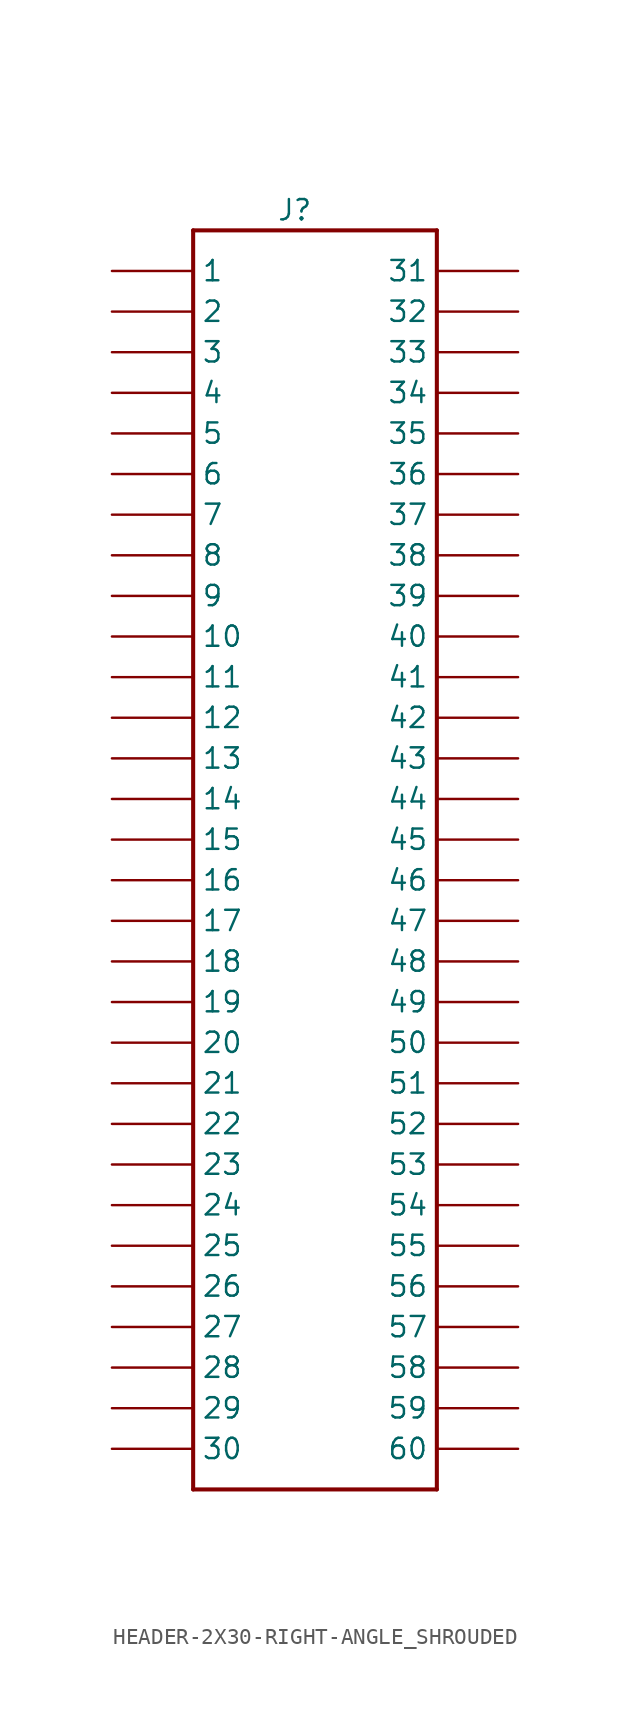
<source format=kicad_sym>
(kicad_symbol_lib
  (version 20220914)
  (generator kicad_symbol_editor)
  (symbol "HEADER-2X30-RIGHT-ANGLE_SHROUDED"
    (pin_numbers hide)
    (property "Reference" "J"
      (at -1.27 36.83 0)
      (effects (font (size 1.27 1.27))))
    (symbol "HEADER-2X30-RIGHT-ANGLE_SHROUDED_1_0"
      (polyline (pts (xy -7.62 -43.18) (xy -7.62 35.56)) (stroke (width 0.254) (type solid)) (fill (type none)))
      (polyline (pts (xy -7.62 35.56) (xy 7.62 35.56)) (stroke (width 0.254) (type solid)) (fill (type none)))
      (polyline (pts (xy 7.62 -43.18) (xy -7.62 -43.18)) (stroke (width 0.254) (type solid)) (fill (type none)))
      (polyline (pts (xy 7.62 35.56) (xy 7.62 -43.18)) (stroke (width 0.254) (type solid)) (fill (type none)))
      (pin bidirectional line (at -12.7 33.02 0) (length 5.08) (name "1" (effects (font (size 1.27 1.27)))) (number "1" (effects (font (size 1.27 1.27)))))
      (pin bidirectional line (at -12.7 10.16 0) (length 5.08) (name "10" (effects (font (size 1.27 1.27)))) (number "10" (effects (font (size 1.27 1.27)))))
      (pin bidirectional line (at -12.7 7.62 0) (length 5.08) (name "11" (effects (font (size 1.27 1.27)))) (number "11" (effects (font (size 1.27 1.27)))))
      (pin bidirectional line (at -12.7 5.08 0) (length 5.08) (name "12" (effects (font (size 1.27 1.27)))) (number "12" (effects (font (size 1.27 1.27)))))
      (pin bidirectional line (at -12.7 2.54 0) (length 5.08) (name "13" (effects (font (size 1.27 1.27)))) (number "13" (effects (font (size 1.27 1.27)))))
      (pin bidirectional line (at -12.7 0 0) (length 5.08) (name "14" (effects (font (size 1.27 1.27)))) (number "14" (effects (font (size 1.27 1.27)))))
      (pin bidirectional line (at -12.7 -2.54 0) (length 5.08) (name "15" (effects (font (size 1.27 1.27)))) (number "15" (effects (font (size 1.27 1.27)))))
      (pin bidirectional line (at -12.7 -5.08 0) (length 5.08) (name "16" (effects (font (size 1.27 1.27)))) (number "16" (effects (font (size 1.27 1.27)))))
      (pin bidirectional line (at -12.7 -7.62 0) (length 5.08) (name "17" (effects (font (size 1.27 1.27)))) (number "17" (effects (font (size 1.27 1.27)))))
      (pin bidirectional line (at -12.7 -10.16 0) (length 5.08) (name "18" (effects (font (size 1.27 1.27)))) (number "18" (effects (font (size 1.27 1.27)))))
      (pin bidirectional line (at -12.7 -12.7 0) (length 5.08) (name "19" (effects (font (size 1.27 1.27)))) (number "19" (effects (font (size 1.27 1.27)))))
      (pin bidirectional line (at -12.7 30.48 0) (length 5.08) (name "2" (effects (font (size 1.27 1.27)))) (number "2" (effects (font (size 1.27 1.27)))))
      (pin bidirectional line (at -12.7 -15.24 0) (length 5.08) (name "20" (effects (font (size 1.27 1.27)))) (number "20" (effects (font (size 1.27 1.27)))))
      (pin bidirectional line (at -12.7 -17.78 0) (length 5.08) (name "21" (effects (font (size 1.27 1.27)))) (number "21" (effects (font (size 1.27 1.27)))))
      (pin bidirectional line (at -12.7 -20.32 0) (length 5.08) (name "22" (effects (font (size 1.27 1.27)))) (number "22" (effects (font (size 1.27 1.27)))))
      (pin bidirectional line (at -12.7 -22.86 0) (length 5.08) (name "23" (effects (font (size 1.27 1.27)))) (number "23" (effects (font (size 1.27 1.27)))))
      (pin bidirectional line (at -12.7 -25.4 0) (length 5.08) (name "24" (effects (font (size 1.27 1.27)))) (number "24" (effects (font (size 1.27 1.27)))))
      (pin bidirectional line (at -12.7 -27.94 0) (length 5.08) (name "25" (effects (font (size 1.27 1.27)))) (number "25" (effects (font (size 1.27 1.27)))))
      (pin bidirectional line (at -12.7 -30.48 0) (length 5.08) (name "26" (effects (font (size 1.27 1.27)))) (number "26" (effects (font (size 1.27 1.27)))))
      (pin bidirectional line (at -12.7 -33.02 0) (length 5.08) (name "27" (effects (font (size 1.27 1.27)))) (number "27" (effects (font (size 1.27 1.27)))))
      (pin bidirectional line (at -12.7 -35.56 0) (length 5.08) (name "28" (effects (font (size 1.27 1.27)))) (number "28" (effects (font (size 1.27 1.27)))))
      (pin bidirectional line (at -12.7 -38.1 0) (length 5.08) (name "29" (effects (font (size 1.27 1.27)))) (number "29" (effects (font (size 1.27 1.27)))))
      (pin bidirectional line (at -12.7 27.94 0) (length 5.08) (name "3" (effects (font (size 1.27 1.27)))) (number "3" (effects (font (size 1.27 1.27)))))
      (pin bidirectional line (at -12.7 -40.64 0) (length 5.08) (name "30" (effects (font (size 1.27 1.27)))) (number "30" (effects (font (size 1.27 1.27)))))
      (pin bidirectional line (at 12.7 33.02 180) (length 5.08) (name "31" (effects (font (size 1.27 1.27)))) (number "31" (effects (font (size 1.27 1.27)))))
      (pin bidirectional line (at 12.7 30.48 180) (length 5.08) (name "32" (effects (font (size 1.27 1.27)))) (number "32" (effects (font (size 1.27 1.27)))))
      (pin bidirectional line (at 12.7 27.94 180) (length 5.08) (name "33" (effects (font (size 1.27 1.27)))) (number "33" (effects (font (size 1.27 1.27)))))
      (pin bidirectional line (at 12.7 25.4 180) (length 5.08) (name "34" (effects (font (size 1.27 1.27)))) (number "34" (effects (font (size 1.27 1.27)))))
      (pin bidirectional line (at 12.7 22.86 180) (length 5.08) (name "35" (effects (font (size 1.27 1.27)))) (number "35" (effects (font (size 1.27 1.27)))))
      (pin bidirectional line (at 12.7 20.32 180) (length 5.08) (name "36" (effects (font (size 1.27 1.27)))) (number "36" (effects (font (size 1.27 1.27)))))
      (pin bidirectional line (at 12.7 17.78 180) (length 5.08) (name "37" (effects (font (size 1.27 1.27)))) (number "37" (effects (font (size 1.27 1.27)))))
      (pin bidirectional line (at 12.7 15.24 180) (length 5.08) (name "38" (effects (font (size 1.27 1.27)))) (number "38" (effects (font (size 1.27 1.27)))))
      (pin bidirectional line (at 12.7 12.7 180) (length 5.08) (name "39" (effects (font (size 1.27 1.27)))) (number "39" (effects (font (size 1.27 1.27)))))
      (pin bidirectional line (at -12.7 25.4 0) (length 5.08) (name "4" (effects (font (size 1.27 1.27)))) (number "4" (effects (font (size 1.27 1.27)))))
      (pin bidirectional line (at 12.7 10.16 180) (length 5.08) (name "40" (effects (font (size 1.27 1.27)))) (number "40" (effects (font (size 1.27 1.27)))))
      (pin bidirectional line (at 12.7 7.62 180) (length 5.08) (name "41" (effects (font (size 1.27 1.27)))) (number "41" (effects (font (size 1.27 1.27)))))
      (pin bidirectional line (at 12.7 5.08 180) (length 5.08) (name "42" (effects (font (size 1.27 1.27)))) (number "42" (effects (font (size 1.27 1.27)))))
      (pin bidirectional line (at 12.7 2.54 180) (length 5.08) (name "43" (effects (font (size 1.27 1.27)))) (number "43" (effects (font (size 1.27 1.27)))))
      (pin bidirectional line (at 12.7 0 180) (length 5.08) (name "44" (effects (font (size 1.27 1.27)))) (number "44" (effects (font (size 1.27 1.27)))))
      (pin bidirectional line (at 12.7 -2.54 180) (length 5.08) (name "45" (effects (font (size 1.27 1.27)))) (number "45" (effects (font (size 1.27 1.27)))))
      (pin bidirectional line (at 12.7 -5.08 180) (length 5.08) (name "46" (effects (font (size 1.27 1.27)))) (number "46" (effects (font (size 1.27 1.27)))))
      (pin bidirectional line (at 12.7 -7.62 180) (length 5.08) (name "47" (effects (font (size 1.27 1.27)))) (number "47" (effects (font (size 1.27 1.27)))))
      (pin bidirectional line (at 12.7 -10.16 180) (length 5.08) (name "48" (effects (font (size 1.27 1.27)))) (number "48" (effects (font (size 1.27 1.27)))))
      (pin bidirectional line (at 12.7 -12.7 180) (length 5.08) (name "49" (effects (font (size 1.27 1.27)))) (number "49" (effects (font (size 1.27 1.27)))))
      (pin bidirectional line (at -12.7 22.86 0) (length 5.08) (name "5" (effects (font (size 1.27 1.27)))) (number "5" (effects (font (size 1.27 1.27)))))
      (pin bidirectional line (at 12.7 -15.24 180) (length 5.08) (name "50" (effects (font (size 1.27 1.27)))) (number "50" (effects (font (size 1.27 1.27)))))
      (pin bidirectional line (at 12.7 -17.78 180) (length 5.08) (name "51" (effects (font (size 1.27 1.27)))) (number "51" (effects (font (size 1.27 1.27)))))
      (pin bidirectional line (at 12.7 -20.32 180) (length 5.08) (name "52" (effects (font (size 1.27 1.27)))) (number "52" (effects (font (size 1.27 1.27)))))
      (pin bidirectional line (at 12.7 -22.86 180) (length 5.08) (name "53" (effects (font (size 1.27 1.27)))) (number "53" (effects (font (size 1.27 1.27)))))
      (pin bidirectional line (at 12.7 -25.4 180) (length 5.08) (name "54" (effects (font (size 1.27 1.27)))) (number "54" (effects (font (size 1.27 1.27)))))
      (pin bidirectional line (at 12.7 -27.94 180) (length 5.08) (name "55" (effects (font (size 1.27 1.27)))) (number "55" (effects (font (size 1.27 1.27)))))
      (pin bidirectional line (at 12.7 -30.48 180) (length 5.08) (name "56" (effects (font (size 1.27 1.27)))) (number "56" (effects (font (size 1.27 1.27)))))
      (pin bidirectional line (at 12.7 -33.02 180) (length 5.08) (name "57" (effects (font (size 1.27 1.27)))) (number "57" (effects (font (size 1.27 1.27)))))
      (pin bidirectional line (at 12.7 -35.56 180) (length 5.08) (name "58" (effects (font (size 1.27 1.27)))) (number "58" (effects (font (size 1.27 1.27)))))
      (pin bidirectional line (at 12.7 -38.1 180) (length 5.08) (name "59" (effects (font (size 1.27 1.27)))) (number "59" (effects (font (size 1.27 1.27)))))
      (pin bidirectional line (at -12.7 20.32 0) (length 5.08) (name "6" (effects (font (size 1.27 1.27)))) (number "6" (effects (font (size 1.27 1.27)))))
      (pin bidirectional line (at 12.7 -40.64 180) (length 5.08) (name "60" (effects (font (size 1.27 1.27)))) (number "60" (effects (font (size 1.27 1.27)))))
      (pin bidirectional line (at -12.7 17.78 0) (length 5.08) (name "7" (effects (font (size 1.27 1.27)))) (number "7" (effects (font (size 1.27 1.27)))))
      (pin bidirectional line (at -12.7 15.24 0) (length 5.08) (name "8" (effects (font (size 1.27 1.27)))) (number "8" (effects (font (size 1.27 1.27)))))
      (pin bidirectional line (at -12.7 12.7 0) (length 5.08) (name "9" (effects (font (size 1.27 1.27)))) (number "9" (effects (font (size 1.27 1.27))))))))
</source>
